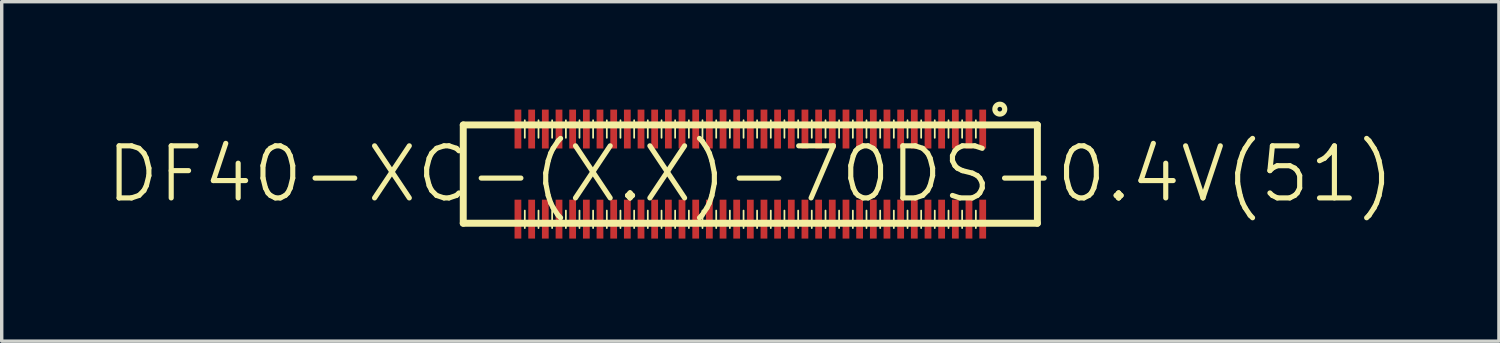
<source format=kicad_pcb>
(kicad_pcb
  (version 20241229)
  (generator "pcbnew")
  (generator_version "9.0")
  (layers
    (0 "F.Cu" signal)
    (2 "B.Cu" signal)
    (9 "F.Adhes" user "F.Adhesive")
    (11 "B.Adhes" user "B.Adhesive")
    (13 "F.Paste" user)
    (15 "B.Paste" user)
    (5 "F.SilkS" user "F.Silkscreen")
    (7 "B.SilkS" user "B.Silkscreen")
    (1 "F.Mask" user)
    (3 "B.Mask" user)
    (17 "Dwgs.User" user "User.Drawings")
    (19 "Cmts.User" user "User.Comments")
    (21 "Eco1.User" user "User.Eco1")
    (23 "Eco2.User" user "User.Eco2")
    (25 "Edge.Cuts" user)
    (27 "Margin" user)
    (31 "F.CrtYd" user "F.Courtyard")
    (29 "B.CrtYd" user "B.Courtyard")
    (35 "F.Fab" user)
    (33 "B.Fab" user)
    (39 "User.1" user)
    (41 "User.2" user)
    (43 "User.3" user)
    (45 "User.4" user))
  (footprint "DF40-XC-(X.X)-70DS-0.4V(51)"
    (layer "F.Cu")
    (at 18.905 2.044)
    (property "Reference" "DF40-XC-(X.X)-70DS-0.4V(51)" (at 0 0 0) (layer "F.SilkS") (effects (font (size 1.524 1.524) (thickness 0.15))))
    (attr smd)
    (fp_line (start -8.4 -1.438) (end 8.4 -1.438) (stroke (width 0.203) (type solid)) (layer "F.SilkS"))
    (fp_line (start -8.4 1.438) (end -8.4 -1.438) (stroke (width 0.203) (type solid)) (layer "F.SilkS"))
    (fp_line (start -6.599 -1.062) (end -6.599 -1.575) (stroke (width 0.051) (type solid)) (layer "F.SilkS"))
    (fp_line (start -6.599 1.58) (end -6.599 1.067) (stroke (width 0.051) (type solid)) (layer "F.SilkS"))
    (fp_line (start -6.198 -1.062) (end -6.198 -1.575) (stroke (width 0.051) (type solid)) (layer "F.SilkS"))
    (fp_line (start -6.198 1.58) (end -6.198 1.067) (stroke (width 0.051) (type solid)) (layer "F.SilkS"))
    (fp_line (start -5.799 -1.062) (end -5.799 -1.575) (stroke (width 0.051) (type solid)) (layer "F.SilkS"))
    (fp_line (start -5.799 1.58) (end -5.799 1.067) (stroke (width 0.051) (type solid)) (layer "F.SilkS"))
    (fp_line (start -5.397 -1.062) (end -5.397 -1.575) (stroke (width 0.051) (type solid)) (layer "F.SilkS"))
    (fp_line (start -5.397 1.58) (end -5.397 1.067) (stroke (width 0.051) (type solid)) (layer "F.SilkS"))
    (fp_line (start -4.999 -1.062) (end -4.999 -1.575) (stroke (width 0.051) (type solid)) (layer "F.SilkS"))
    (fp_line (start -4.999 1.58) (end -4.999 1.067) (stroke (width 0.051) (type solid)) (layer "F.SilkS"))
    (fp_line (start -4.6 -1.062) (end -4.6 -1.575) (stroke (width 0.051) (type solid)) (layer "F.SilkS"))
    (fp_line (start -4.6 1.58) (end -4.6 1.067) (stroke (width 0.051) (type solid)) (layer "F.SilkS"))
    (fp_line (start -4.199 -1.062) (end -4.199 -1.575) (stroke (width 0.051) (type solid)) (layer "F.SilkS"))
    (fp_line (start -4.199 1.58) (end -4.199 1.067) (stroke (width 0.051) (type solid)) (layer "F.SilkS"))
    (fp_line (start -3.8 -1.062) (end -3.8 -1.575) (stroke (width 0.051) (type solid)) (layer "F.SilkS"))
    (fp_line (start -3.8 1.58) (end -3.8 1.067) (stroke (width 0.051) (type solid)) (layer "F.SilkS"))
    (fp_line (start -3.399 -1.062) (end -3.399 -1.575) (stroke (width 0.051) (type solid)) (layer "F.SilkS"))
    (fp_line (start -3.399 1.58) (end -3.399 1.067) (stroke (width 0.051) (type solid)) (layer "F.SilkS"))
    (fp_line (start -3 -1.062) (end -3 -1.575) (stroke (width 0.051) (type solid)) (layer "F.SilkS"))
    (fp_line (start -3 1.58) (end -3 1.067) (stroke (width 0.051) (type solid)) (layer "F.SilkS"))
    (fp_line (start -2.598 -1.062) (end -2.598 -1.575) (stroke (width 0.051) (type solid)) (layer "F.SilkS"))
    (fp_line (start -2.598 1.58) (end -2.598 1.067) (stroke (width 0.051) (type solid)) (layer "F.SilkS"))
    (fp_line (start -2.2 -1.062) (end -2.2 -1.575) (stroke (width 0.051) (type solid)) (layer "F.SilkS"))
    (fp_line (start -2.2 1.58) (end -2.2 1.067) (stroke (width 0.051) (type solid)) (layer "F.SilkS"))
    (fp_line (start -1.798 -1.062) (end -1.798 -1.575) (stroke (width 0.051) (type solid)) (layer "F.SilkS"))
    (fp_line (start -1.798 1.58) (end -1.798 1.067) (stroke (width 0.051) (type solid)) (layer "F.SilkS"))
    (fp_line (start -1.4 -1.062) (end -1.4 -1.575) (stroke (width 0.051) (type solid)) (layer "F.SilkS"))
    (fp_line (start -1.4 1.58) (end -1.4 1.067) (stroke (width 0.051) (type solid)) (layer "F.SilkS"))
    (fp_line (start -0.998 -1.062) (end -0.998 -1.575) (stroke (width 0.051) (type solid)) (layer "F.SilkS"))
    (fp_line (start -0.998 1.58) (end -0.998 1.067) (stroke (width 0.051) (type solid)) (layer "F.SilkS"))
    (fp_line (start -0.599 -1.062) (end -0.599 -1.575) (stroke (width 0.051) (type solid)) (layer "F.SilkS"))
    (fp_line (start -0.599 1.58) (end -0.599 1.067) (stroke (width 0.051) (type solid)) (layer "F.SilkS"))
    (fp_line (start -0.198 -1.062) (end -0.198 -1.575) (stroke (width 0.051) (type solid)) (layer "F.SilkS"))
    (fp_line (start -0.198 1.58) (end -0.198 1.067) (stroke (width 0.051) (type solid)) (layer "F.SilkS"))
    (fp_line (start 0.198 -1.062) (end 0.198 -1.575) (stroke (width 0.051) (type solid)) (layer "F.SilkS"))
    (fp_line (start 0.198 1.58) (end 0.198 1.067) (stroke (width 0.051) (type solid)) (layer "F.SilkS"))
    (fp_line (start 0.599 -1.062) (end 0.599 -1.575) (stroke (width 0.051) (type solid)) (layer "F.SilkS"))
    (fp_line (start 0.599 1.58) (end 0.599 1.067) (stroke (width 0.051) (type solid)) (layer "F.SilkS"))
    (fp_line (start 0.998 -1.062) (end 0.998 -1.575) (stroke (width 0.051) (type solid)) (layer "F.SilkS"))
    (fp_line (start 0.998 1.58) (end 0.998 1.067) (stroke (width 0.051) (type solid)) (layer "F.SilkS"))
    (fp_line (start 1.4 -1.062) (end 1.4 -1.575) (stroke (width 0.051) (type solid)) (layer "F.SilkS"))
    (fp_line (start 1.4 1.58) (end 1.4 1.067) (stroke (width 0.051) (type solid)) (layer "F.SilkS"))
    (fp_line (start 1.798 -1.062) (end 1.798 -1.575) (stroke (width 0.051) (type solid)) (layer "F.SilkS"))
    (fp_line (start 1.798 1.58) (end 1.798 1.067) (stroke (width 0.051) (type solid)) (layer "F.SilkS"))
    (fp_line (start 2.2 -1.062) (end 2.2 -1.575) (stroke (width 0.051) (type solid)) (layer "F.SilkS"))
    (fp_line (start 2.2 1.58) (end 2.2 1.067) (stroke (width 0.051) (type solid)) (layer "F.SilkS"))
    (fp_line (start 2.598 -1.062) (end 2.598 -1.575) (stroke (width 0.051) (type solid)) (layer "F.SilkS"))
    (fp_line (start 2.598 1.58) (end 2.598 1.067) (stroke (width 0.051) (type solid)) (layer "F.SilkS"))
    (fp_line (start 3 -1.062) (end 3 -1.575) (stroke (width 0.051) (type solid)) (layer "F.SilkS"))
    (fp_line (start 3 1.58) (end 3 1.067) (stroke (width 0.051) (type solid)) (layer "F.SilkS"))
    (fp_line (start 3.399 -1.062) (end 3.399 -1.575) (stroke (width 0.051) (type solid)) (layer "F.SilkS"))
    (fp_line (start 3.399 1.58) (end 3.399 1.067) (stroke (width 0.051) (type solid)) (layer "F.SilkS"))
    (fp_line (start 3.8 -1.062) (end 3.8 -1.575) (stroke (width 0.051) (type solid)) (layer "F.SilkS"))
    (fp_line (start 3.8 1.58) (end 3.8 1.067) (stroke (width 0.051) (type solid)) (layer "F.SilkS"))
    (fp_line (start 4.199 -1.062) (end 4.199 -1.575) (stroke (width 0.051) (type solid)) (layer "F.SilkS"))
    (fp_line (start 4.199 1.58) (end 4.199 1.067) (stroke (width 0.051) (type solid)) (layer "F.SilkS"))
    (fp_line (start 4.6 -1.062) (end 4.6 -1.575) (stroke (width 0.051) (type solid)) (layer "F.SilkS"))
    (fp_line (start 4.6 1.58) (end 4.6 1.067) (stroke (width 0.051) (type solid)) (layer "F.SilkS"))
    (fp_line (start 4.999 -1.062) (end 4.999 -1.575) (stroke (width 0.051) (type solid)) (layer "F.SilkS"))
    (fp_line (start 4.999 1.58) (end 4.999 1.067) (stroke (width 0.051) (type solid)) (layer "F.SilkS"))
    (fp_line (start 5.397 -1.062) (end 5.397 -1.575) (stroke (width 0.051) (type solid)) (layer "F.SilkS"))
    (fp_line (start 5.397 1.58) (end 5.397 1.067) (stroke (width 0.051) (type solid)) (layer "F.SilkS"))
    (fp_line (start 5.799 -1.062) (end 5.799 -1.575) (stroke (width 0.051) (type solid)) (layer "F.SilkS"))
    (fp_line (start 5.799 1.58) (end 5.799 1.067) (stroke (width 0.051) (type solid)) (layer "F.SilkS"))
    (fp_line (start 6.198 -1.062) (end 6.198 -1.575) (stroke (width 0.051) (type solid)) (layer "F.SilkS"))
    (fp_line (start 6.198 1.58) (end 6.198 1.067) (stroke (width 0.051) (type solid)) (layer "F.SilkS"))
    (fp_line (start 6.599 -1.062) (end 6.599 -1.575) (stroke (width 0.051) (type solid)) (layer "F.SilkS"))
    (fp_line (start 6.599 1.58) (end 6.599 1.067) (stroke (width 0.051) (type solid)) (layer "F.SilkS"))
    (fp_line (start 8.4 -1.438) (end 8.4 1.438) (stroke (width 0.203) (type solid)) (layer "F.SilkS"))
    (fp_line (start 8.4 1.438) (end -8.4 1.438) (stroke (width 0.203) (type solid)) (layer "F.SilkS"))
    (fp_circle (center 7.3 -1.9) (end 7.348 -1.948) (stroke (width 0.152) (type solid)) (fill no) (layer "F.SilkS"))
    (pad "1" smd rect (at 6.8 -1.318) (size 0.198 1.138) (layers "F.Cu" "F.Mask" "F.Paste"))
    (pad "2" smd rect (at 6.8 1.318) (size 0.198 1.138) (layers "F.Cu" "F.Mask" "F.Paste"))
    (pad "3" smd rect (at 6.398 -1.318) (size 0.198 1.138) (layers "F.Cu" "F.Mask" "F.Paste"))
    (pad "4" smd rect (at 6.398 1.318) (size 0.198 1.138) (layers "F.Cu" "F.Mask" "F.Paste"))
    (pad "5" smd rect (at 5.999 -1.318) (size 0.198 1.138) (layers "F.Cu" "F.Mask" "F.Paste"))
    (pad "6" smd rect (at 5.999 1.318) (size 0.198 1.138) (layers "F.Cu" "F.Mask" "F.Paste"))
    (pad "7" smd rect (at 5.598 -1.318) (size 0.198 1.138) (layers "F.Cu" "F.Mask" "F.Paste"))
    (pad "8" smd rect (at 5.598 1.318) (size 0.198 1.138) (layers "F.Cu" "F.Mask" "F.Paste"))
    (pad "9" smd rect (at 5.199 -1.318) (size 0.198 1.138) (layers "F.Cu" "F.Mask" "F.Paste"))
    (pad "10" smd rect (at 5.199 1.318) (size 0.198 1.138) (layers "F.Cu" "F.Mask" "F.Paste"))
    (pad "11" smd rect (at 4.798 -1.318) (size 0.198 1.138) (layers "F.Cu" "F.Mask" "F.Paste"))
    (pad "12" smd rect (at 4.798 1.318) (size 0.198 1.138) (layers "F.Cu" "F.Mask" "F.Paste"))
    (pad "13" smd rect (at 4.399 -1.318) (size 0.198 1.138) (layers "F.Cu" "F.Mask" "F.Paste"))
    (pad "14" smd rect (at 4.399 1.318) (size 0.198 1.138) (layers "F.Cu" "F.Mask" "F.Paste"))
    (pad "15" smd rect (at 3.998 -1.318) (size 0.198 1.138) (layers "F.Cu" "F.Mask" "F.Paste"))
    (pad "16" smd rect (at 3.998 1.318) (size 0.198 1.138) (layers "F.Cu" "F.Mask" "F.Paste"))
    (pad "17" smd rect (at 3.599 -1.318) (size 0.198 1.138) (layers "F.Cu" "F.Mask" "F.Paste"))
    (pad "18" smd rect (at 3.599 1.318) (size 0.198 1.138) (layers "F.Cu" "F.Mask" "F.Paste"))
    (pad "19" smd rect (at 3.198 -1.318) (size 0.198 1.138) (layers "F.Cu" "F.Mask" "F.Paste"))
    (pad "20" smd rect (at 3.198 1.318) (size 0.198 1.138) (layers "F.Cu" "F.Mask" "F.Paste"))
    (pad "21" smd rect (at 2.799 -1.318) (size 0.198 1.138) (layers "F.Cu" "F.Mask" "F.Paste"))
    (pad "22" smd rect (at 2.799 1.318) (size 0.198 1.138) (layers "F.Cu" "F.Mask" "F.Paste"))
    (pad "23" smd rect (at 2.398 -1.318) (size 0.198 1.138) (layers "F.Cu" "F.Mask" "F.Paste"))
    (pad "24" smd rect (at 2.398 1.318) (size 0.198 1.138) (layers "F.Cu" "F.Mask" "F.Paste"))
    (pad "25" smd rect (at 1.999 -1.318) (size 0.198 1.138) (layers "F.Cu" "F.Mask" "F.Paste"))
    (pad "26" smd rect (at 1.999 1.318) (size 0.198 1.138) (layers "F.Cu" "F.Mask" "F.Paste"))
    (pad "27" smd rect (at 1.598 -1.318) (size 0.198 1.138) (layers "F.Cu" "F.Mask" "F.Paste"))
    (pad "28" smd rect (at 1.598 1.318) (size 0.198 1.138) (layers "F.Cu" "F.Mask" "F.Paste"))
    (pad "29" smd rect (at 1.199 -1.318) (size 0.198 1.138) (layers "F.Cu" "F.Mask" "F.Paste"))
    (pad "30" smd rect (at 1.199 1.318) (size 0.198 1.138) (layers "F.Cu" "F.Mask" "F.Paste"))
    (pad "31" smd rect (at 0.798 -1.318) (size 0.198 1.138) (layers "F.Cu" "F.Mask" "F.Paste"))
    (pad "32" smd rect (at 0.798 1.318) (size 0.198 1.138) (layers "F.Cu" "F.Mask" "F.Paste"))
    (pad "33" smd rect (at 0.399 -1.318) (size 0.198 1.138) (layers "F.Cu" "F.Mask" "F.Paste"))
    (pad "34" smd rect (at 0.399 1.318) (size 0.198 1.138) (layers "F.Cu" "F.Mask" "F.Paste"))
    (pad "35" smd rect (at 0 -1.318) (size 0.198 1.138) (layers "F.Cu" "F.Mask" "F.Paste"))
    (pad "36" smd rect (at 0 1.318) (size 0.198 1.138) (layers "F.Cu" "F.Mask" "F.Paste"))
    (pad "37" smd rect (at -0.399 -1.318) (size 0.198 1.138) (layers "F.Cu" "F.Mask" "F.Paste"))
    (pad "38" smd rect (at -0.399 1.318) (size 0.198 1.138) (layers "F.Cu" "F.Mask" "F.Paste"))
    (pad "39" smd rect (at -0.798 -1.318) (size 0.198 1.138) (layers "F.Cu" "F.Mask" "F.Paste"))
    (pad "40" smd rect (at -0.798 1.318) (size 0.198 1.138) (layers "F.Cu" "F.Mask" "F.Paste"))
    (pad "41" smd rect (at -1.199 -1.318) (size 0.198 1.138) (layers "F.Cu" "F.Mask" "F.Paste"))
    (pad "42" smd rect (at -1.199 1.318) (size 0.198 1.138) (layers "F.Cu" "F.Mask" "F.Paste"))
    (pad "43" smd rect (at -1.598 -1.318) (size 0.198 1.138) (layers "F.Cu" "F.Mask" "F.Paste"))
    (pad "44" smd rect (at -1.598 1.318) (size 0.198 1.138) (layers "F.Cu" "F.Mask" "F.Paste"))
    (pad "45" smd rect (at -1.999 -1.318) (size 0.198 1.138) (layers "F.Cu" "F.Mask" "F.Paste"))
    (pad "46" smd rect (at -1.999 1.318) (size 0.198 1.138) (layers "F.Cu" "F.Mask" "F.Paste"))
    (pad "47" smd rect (at -2.398 -1.318) (size 0.198 1.138) (layers "F.Cu" "F.Mask" "F.Paste"))
    (pad "48" smd rect (at -2.398 1.318) (size 0.198 1.138) (layers "F.Cu" "F.Mask" "F.Paste"))
    (pad "49" smd rect (at -2.799 -1.318) (size 0.198 1.138) (layers "F.Cu" "F.Mask" "F.Paste"))
    (pad "50" smd rect (at -2.799 1.318) (size 0.198 1.138) (layers "F.Cu" "F.Mask" "F.Paste"))
    (pad "51" smd rect (at -3.198 -1.318) (size 0.198 1.138) (layers "F.Cu" "F.Mask" "F.Paste"))
    (pad "52" smd rect (at -3.198 1.318) (size 0.198 1.138) (layers "F.Cu" "F.Mask" "F.Paste"))
    (pad "53" smd rect (at -3.599 -1.318) (size 0.198 1.138) (layers "F.Cu" "F.Mask" "F.Paste"))
    (pad "54" smd rect (at -3.599 1.318) (size 0.198 1.138) (layers "F.Cu" "F.Mask" "F.Paste"))
    (pad "55" smd rect (at -3.998 -1.318) (size 0.198 1.138) (layers "F.Cu" "F.Mask" "F.Paste"))
    (pad "56" smd rect (at -3.998 1.318) (size 0.198 1.138) (layers "F.Cu" "F.Mask" "F.Paste"))
    (pad "57" smd rect (at -4.399 -1.318) (size 0.198 1.138) (layers "F.Cu" "F.Mask" "F.Paste"))
    (pad "58" smd rect (at -4.399 1.318) (size 0.198 1.138) (layers "F.Cu" "F.Mask" "F.Paste"))
    (pad "59" smd rect (at -4.798 -1.318) (size 0.198 1.138) (layers "F.Cu" "F.Mask" "F.Paste"))
    (pad "60" smd rect (at -4.798 1.318) (size 0.198 1.138) (layers "F.Cu" "F.Mask" "F.Paste"))
    (pad "61" smd rect (at -5.199 -1.318) (size 0.198 1.138) (layers "F.Cu" "F.Mask" "F.Paste"))
    (pad "62" smd rect (at -5.199 1.318) (size 0.198 1.138) (layers "F.Cu" "F.Mask" "F.Paste"))
    (pad "63" smd rect (at -5.598 -1.318) (size 0.198 1.138) (layers "F.Cu" "F.Mask" "F.Paste"))
    (pad "64" smd rect (at -5.598 1.318) (size 0.198 1.138) (layers "F.Cu" "F.Mask" "F.Paste"))
    (pad "65" smd rect (at -5.999 -1.318) (size 0.198 1.138) (layers "F.Cu" "F.Mask" "F.Paste"))
    (pad "66" smd rect (at -5.999 1.318) (size 0.198 1.138) (layers "F.Cu" "F.Mask" "F.Paste"))
    (pad "67" smd rect (at -6.398 -1.318) (size 0.198 1.138) (layers "F.Cu" "F.Mask" "F.Paste"))
    (pad "68" smd rect (at -6.398 1.318) (size 0.198 1.138) (layers "F.Cu" "F.Mask" "F.Paste"))
    (pad "69" smd rect (at -6.8 -1.318) (size 0.198 1.138) (layers "F.Cu" "F.Mask" "F.Paste"))
    (pad "70" smd rect (at -6.8 1.318) (size 0.198 1.138) (layers "F.Cu" "F.Mask" "F.Paste")))
  (gr_rect
    (start -3 -3)
    (end 40.81 6.932)
    (stroke (width 0.1) (type default))
    (fill no)
    (layer "Edge.Cuts")))
</source>
